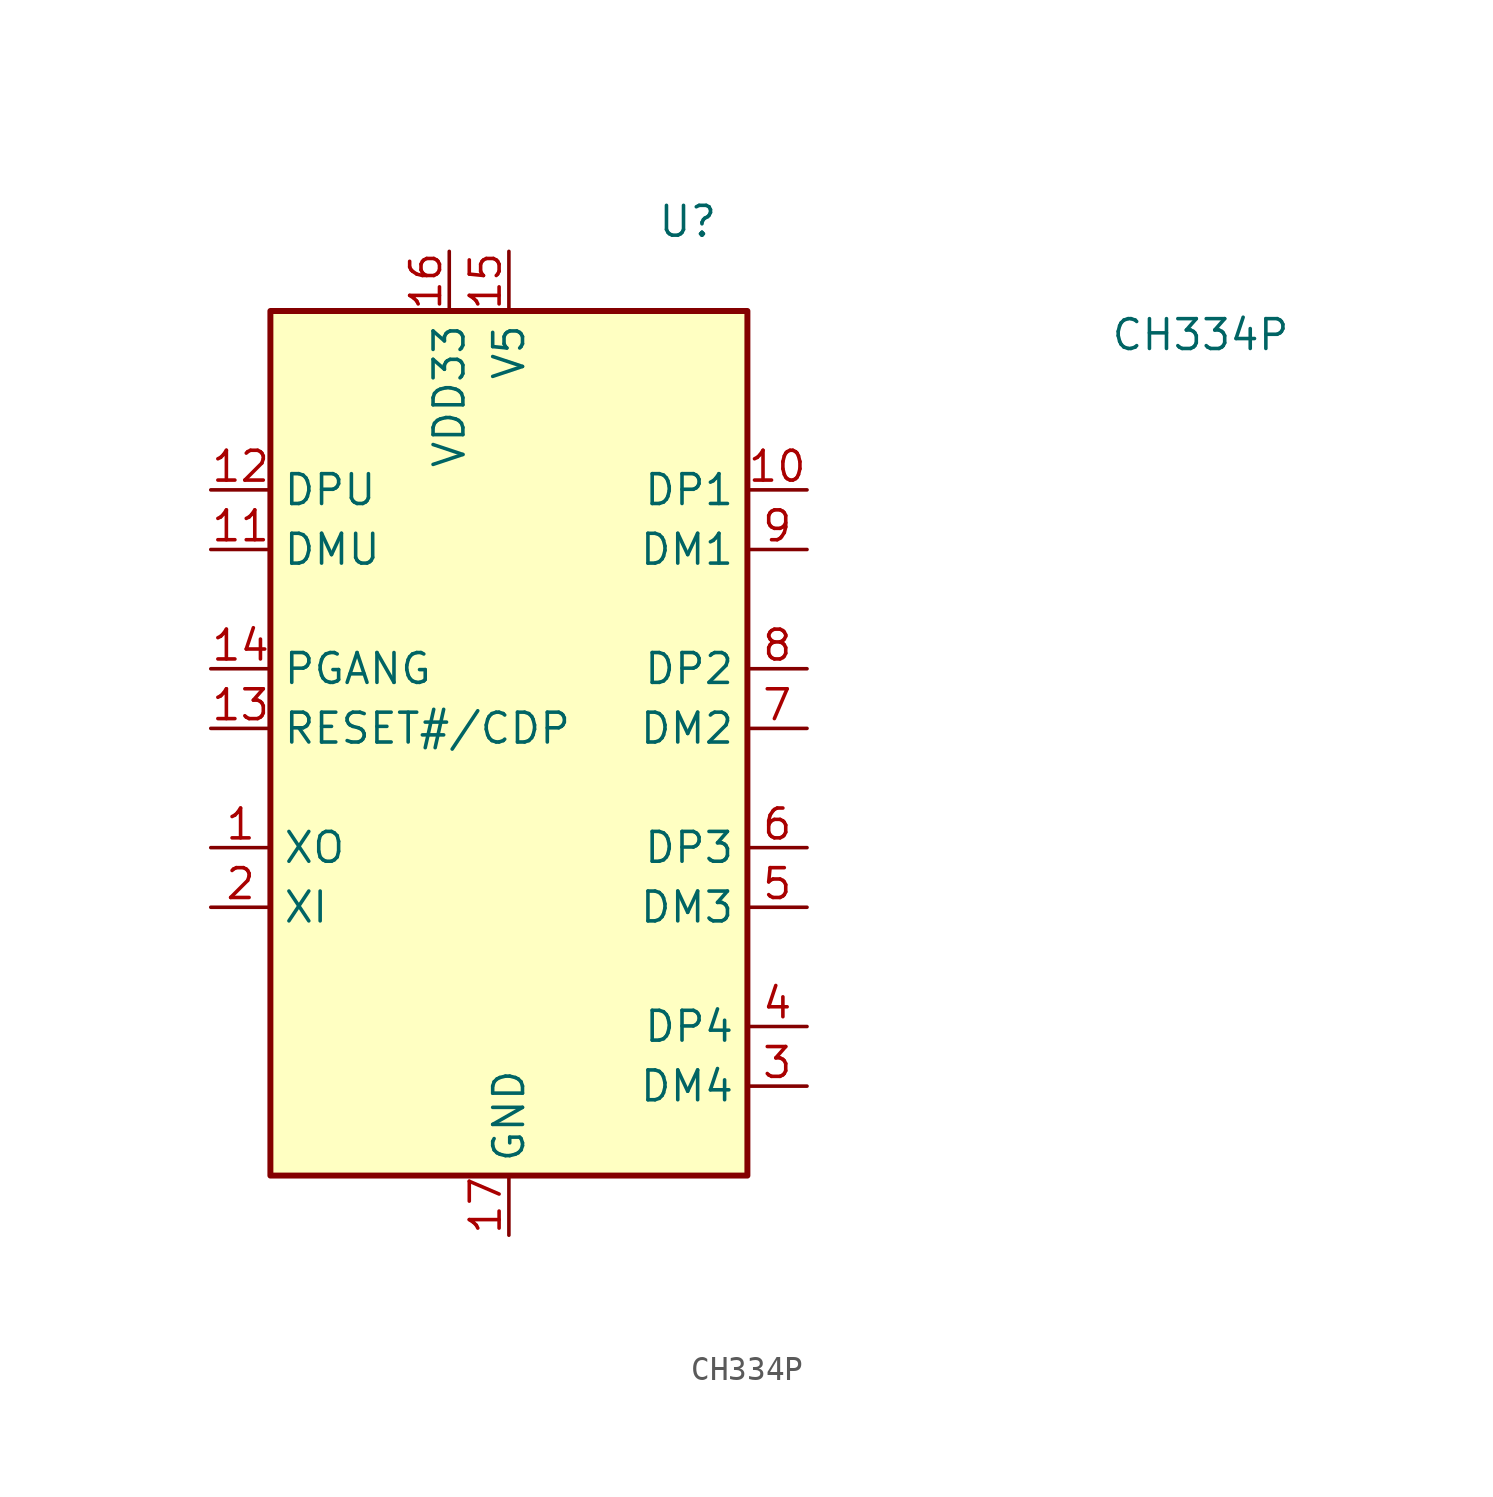
<source format=kicad_sym>
(kicad_symbol_lib
  (version 20241209)
  (generator "kicad_symbol_editor")
  (generator_version "9.0")
  (symbol "CH334P"
    (property "Reference" "U"
      (at 7.62 21.59 0)
      (effects (font (size 1.27 1.27))))
    (property "Value" "CH334P"
      (at 29.464 16.764 0)
      (effects (font (size 1.27 1.27))))
    (symbol "CH334P_1_1"
      (rectangle (start -10.16 17.78) (end 10.16 -19.05) (stroke (width 0.254) (type default)) (fill (type background)))
      (pin bidirectional line (at -12.7 10.16 0) (length 2.54) (name "DPU" (effects (font (size 1.27 1.27)))) (number "12" (effects (font (size 1.27 1.27)))))
      (pin bidirectional line (at -12.7 7.62 0) (length 2.54) (name "DMU" (effects (font (size 1.27 1.27)))) (number "11" (effects (font (size 1.27 1.27)))))
      (pin bidirectional line (at -12.7 2.54 0) (length 2.54) (name "PGANG" (effects (font (size 1.27 1.27)))) (number "14" (effects (font (size 1.27 1.27)))))
      (pin bidirectional line (at -12.7 0 0) (length 2.54) (name "RESET#/CDP" (effects (font (size 1.27 1.27)))) (number "13" (effects (font (size 1.27 1.27)))))
      (pin bidirectional line (at -12.7 -5.08 0) (length 2.54) (name "XO" (effects (font (size 1.27 1.27)))) (number "1" (effects (font (size 1.27 1.27)))))
      (pin bidirectional line (at -12.7 -7.62 0) (length 2.54) (name "XI" (effects (font (size 1.27 1.27)))) (number "2" (effects (font (size 1.27 1.27)))))
      (pin bidirectional line (at -2.54 20.32 270) (length 2.54) (name "VDD33" (effects (font (size 1.27 1.27)))) (number "16" (effects (font (size 1.27 1.27)))))
      (pin power_in line (at 0 20.32 270) (length 2.54) (name "V5" (effects (font (size 1.27 1.27)))) (number "15" (effects (font (size 1.27 1.27)))))
      (pin power_in line (at 0 -21.59 90) (length 2.54) (name "GND" (effects (font (size 1.27 1.27)))) (number "17" (effects (font (size 1.27 1.27)))))
      (pin bidirectional line (at 12.7 10.16 180) (length 2.54) (name "DP1" (effects (font (size 1.27 1.27)))) (number "10" (effects (font (size 1.27 1.27)))))
      (pin bidirectional line (at 12.7 7.62 180) (length 2.54) (name "DM1" (effects (font (size 1.27 1.27)))) (number "9" (effects (font (size 1.27 1.27)))))
      (pin bidirectional line (at 12.7 2.54 180) (length 2.54) (name "DP2" (effects (font (size 1.27 1.27)))) (number "8" (effects (font (size 1.27 1.27)))))
      (pin bidirectional line (at 12.7 0 180) (length 2.54) (name "DM2" (effects (font (size 1.27 1.27)))) (number "7" (effects (font (size 1.27 1.27)))))
      (pin bidirectional line (at 12.7 -5.08 180) (length 2.54) (name "DP3" (effects (font (size 1.27 1.27)))) (number "6" (effects (font (size 1.27 1.27)))))
      (pin bidirectional line (at 12.7 -7.62 180) (length 2.54) (name "DM3" (effects (font (size 1.27 1.27)))) (number "5" (effects (font (size 1.27 1.27)))))
      (pin bidirectional line (at 12.7 -12.7 180) (length 2.54) (name "DP4" (effects (font (size 1.27 1.27)))) (number "4" (effects (font (size 1.27 1.27)))))
      (pin bidirectional line (at 12.7 -15.24 180) (length 2.54) (name "DM4" (effects (font (size 1.27 1.27)))) (number "3" (effects (font (size 1.27 1.27))))))))
</source>
